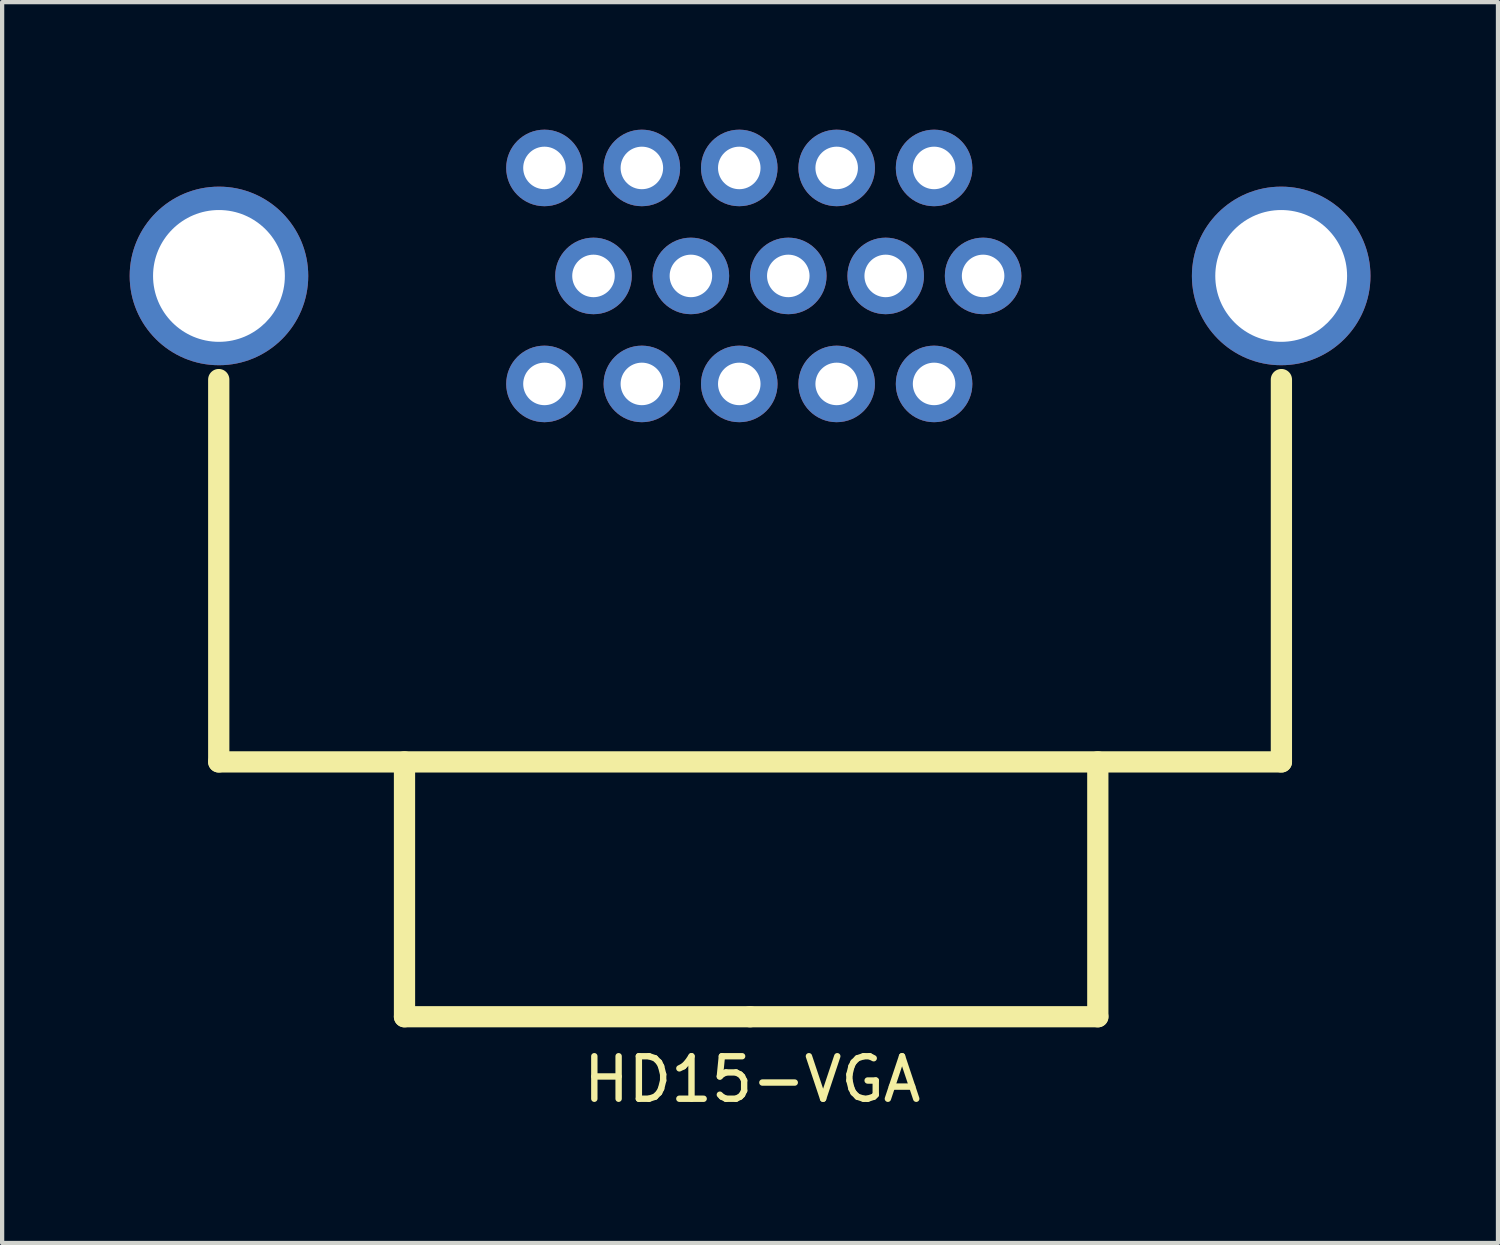
<source format=kicad_pcb>
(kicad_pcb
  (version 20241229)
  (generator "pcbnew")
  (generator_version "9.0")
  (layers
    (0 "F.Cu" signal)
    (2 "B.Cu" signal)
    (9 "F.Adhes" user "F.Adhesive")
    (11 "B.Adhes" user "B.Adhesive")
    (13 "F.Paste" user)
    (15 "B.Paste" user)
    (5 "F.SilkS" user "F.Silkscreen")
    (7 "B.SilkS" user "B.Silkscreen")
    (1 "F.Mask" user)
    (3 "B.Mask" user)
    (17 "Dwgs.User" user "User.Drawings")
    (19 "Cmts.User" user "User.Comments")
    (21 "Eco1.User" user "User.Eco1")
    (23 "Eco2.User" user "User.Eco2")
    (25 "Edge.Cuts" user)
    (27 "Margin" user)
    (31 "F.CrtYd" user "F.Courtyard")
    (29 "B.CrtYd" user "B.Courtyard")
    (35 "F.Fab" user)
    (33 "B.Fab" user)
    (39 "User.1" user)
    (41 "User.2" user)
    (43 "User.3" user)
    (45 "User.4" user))
  (footprint "HD15-VGA"
    (layer "F.Cu")
    (at 14.592 3.44)
    (property "Reference" "HD15-VGA" (at 0.051 18.898 0) (layer "F.SilkS") (effects (font (size 1 1) (thickness 0.15))))
    (attr through_hole)
    (fp_line (start -12.497 11.43) (end -12.497 2.438) (stroke (width 0.5) (type solid)) (layer "F.SilkS"))
    (fp_line (start -12.497 11.43) (end 12.497 11.43) (stroke (width 0.5) (type solid)) (layer "F.SilkS"))
    (fp_line (start -8.128 17.424) (end -8.128 11.43) (stroke (width 0.5) (type solid)) (layer "F.SilkS"))
    (fp_line (start 0 17.424) (end -8.128 17.424) (stroke (width 0.5) (type solid)) (layer "F.SilkS"))
    (fp_line (start 0 17.424) (end 8.179 17.424) (stroke (width 0.5) (type solid)) (layer "F.SilkS"))
    (fp_line (start 8.179 17.424) (end 8.179 11.43) (stroke (width 0.5) (type solid)) (layer "F.SilkS"))
    (fp_line (start 12.497 11.43) (end 12.497 2.438) (stroke (width 0.5) (type solid)) (layer "F.SilkS"))
    (pad "0" thru_hole circle (at -12.492 0) (size 4.2 4.2) (drill 3.1) (layers "*.Cu" "*.Mask"))
    (pad "0" thru_hole circle (at 12.492 0) (size 4.2 4.2) (drill 3.1) (layers "*.Cu" "*.Mask"))
    (pad "1" thru_hole circle (at 4.328 -2.54) (size 1.8 1.8) (drill 1) (layers "*.Cu" "*.Mask"))
    (pad "2" thru_hole circle (at 2.037 -2.54) (size 1.8 1.8) (drill 1) (layers "*.Cu" "*.Mask"))
    (pad "3" thru_hole circle (at -0.254 -2.54) (size 1.8 1.8) (drill 1) (layers "*.Cu" "*.Mask"))
    (pad "4" thru_hole circle (at -2.545 -2.54) (size 1.8 1.8) (drill 1) (layers "*.Cu" "*.Mask"))
    (pad "5" thru_hole circle (at -4.836 -2.54) (size 1.8 1.8) (drill 1) (layers "*.Cu" "*.Mask"))
    (pad "6" thru_hole circle (at 5.481 0) (size 1.8 1.8) (drill 1) (layers "*.Cu" "*.Mask"))
    (pad "7" thru_hole circle (at 3.19 0) (size 1.8 1.8) (drill 1) (layers "*.Cu" "*.Mask"))
    (pad "8" thru_hole circle (at 0.899 0) (size 1.8 1.8) (drill 1) (layers "*.Cu" "*.Mask"))
    (pad "9" thru_hole circle (at -1.392 0) (size 1.8 1.8) (drill 1) (layers "*.Cu" "*.Mask"))
    (pad "10" thru_hole circle (at -3.683 0) (size 1.8 1.8) (drill 1) (layers "*.Cu" "*.Mask"))
    (pad "11" thru_hole circle (at 4.328 2.54) (size 1.8 1.8) (drill 1) (layers "*.Cu" "*.Mask"))
    (pad "12" thru_hole circle (at 2.037 2.54) (size 1.8 1.8) (drill 1) (layers "*.Cu" "*.Mask"))
    (pad "13" thru_hole circle (at -0.254 2.54) (size 1.8 1.8) (drill 1) (layers "*.Cu" "*.Mask"))
    (pad "14" thru_hole circle (at -2.545 2.54) (size 1.8 1.8) (drill 1) (layers "*.Cu" "*.Mask"))
    (pad "15" thru_hole circle (at -4.836 2.54) (size 1.8 1.8) (drill 1) (layers "*.Cu" "*.Mask")))
  (gr_rect
    (start -3 -3)
    (end 32.183 26.186)
    (stroke (width 0.1) (type default))
    (fill no)
    (layer "Edge.Cuts")))
</source>
